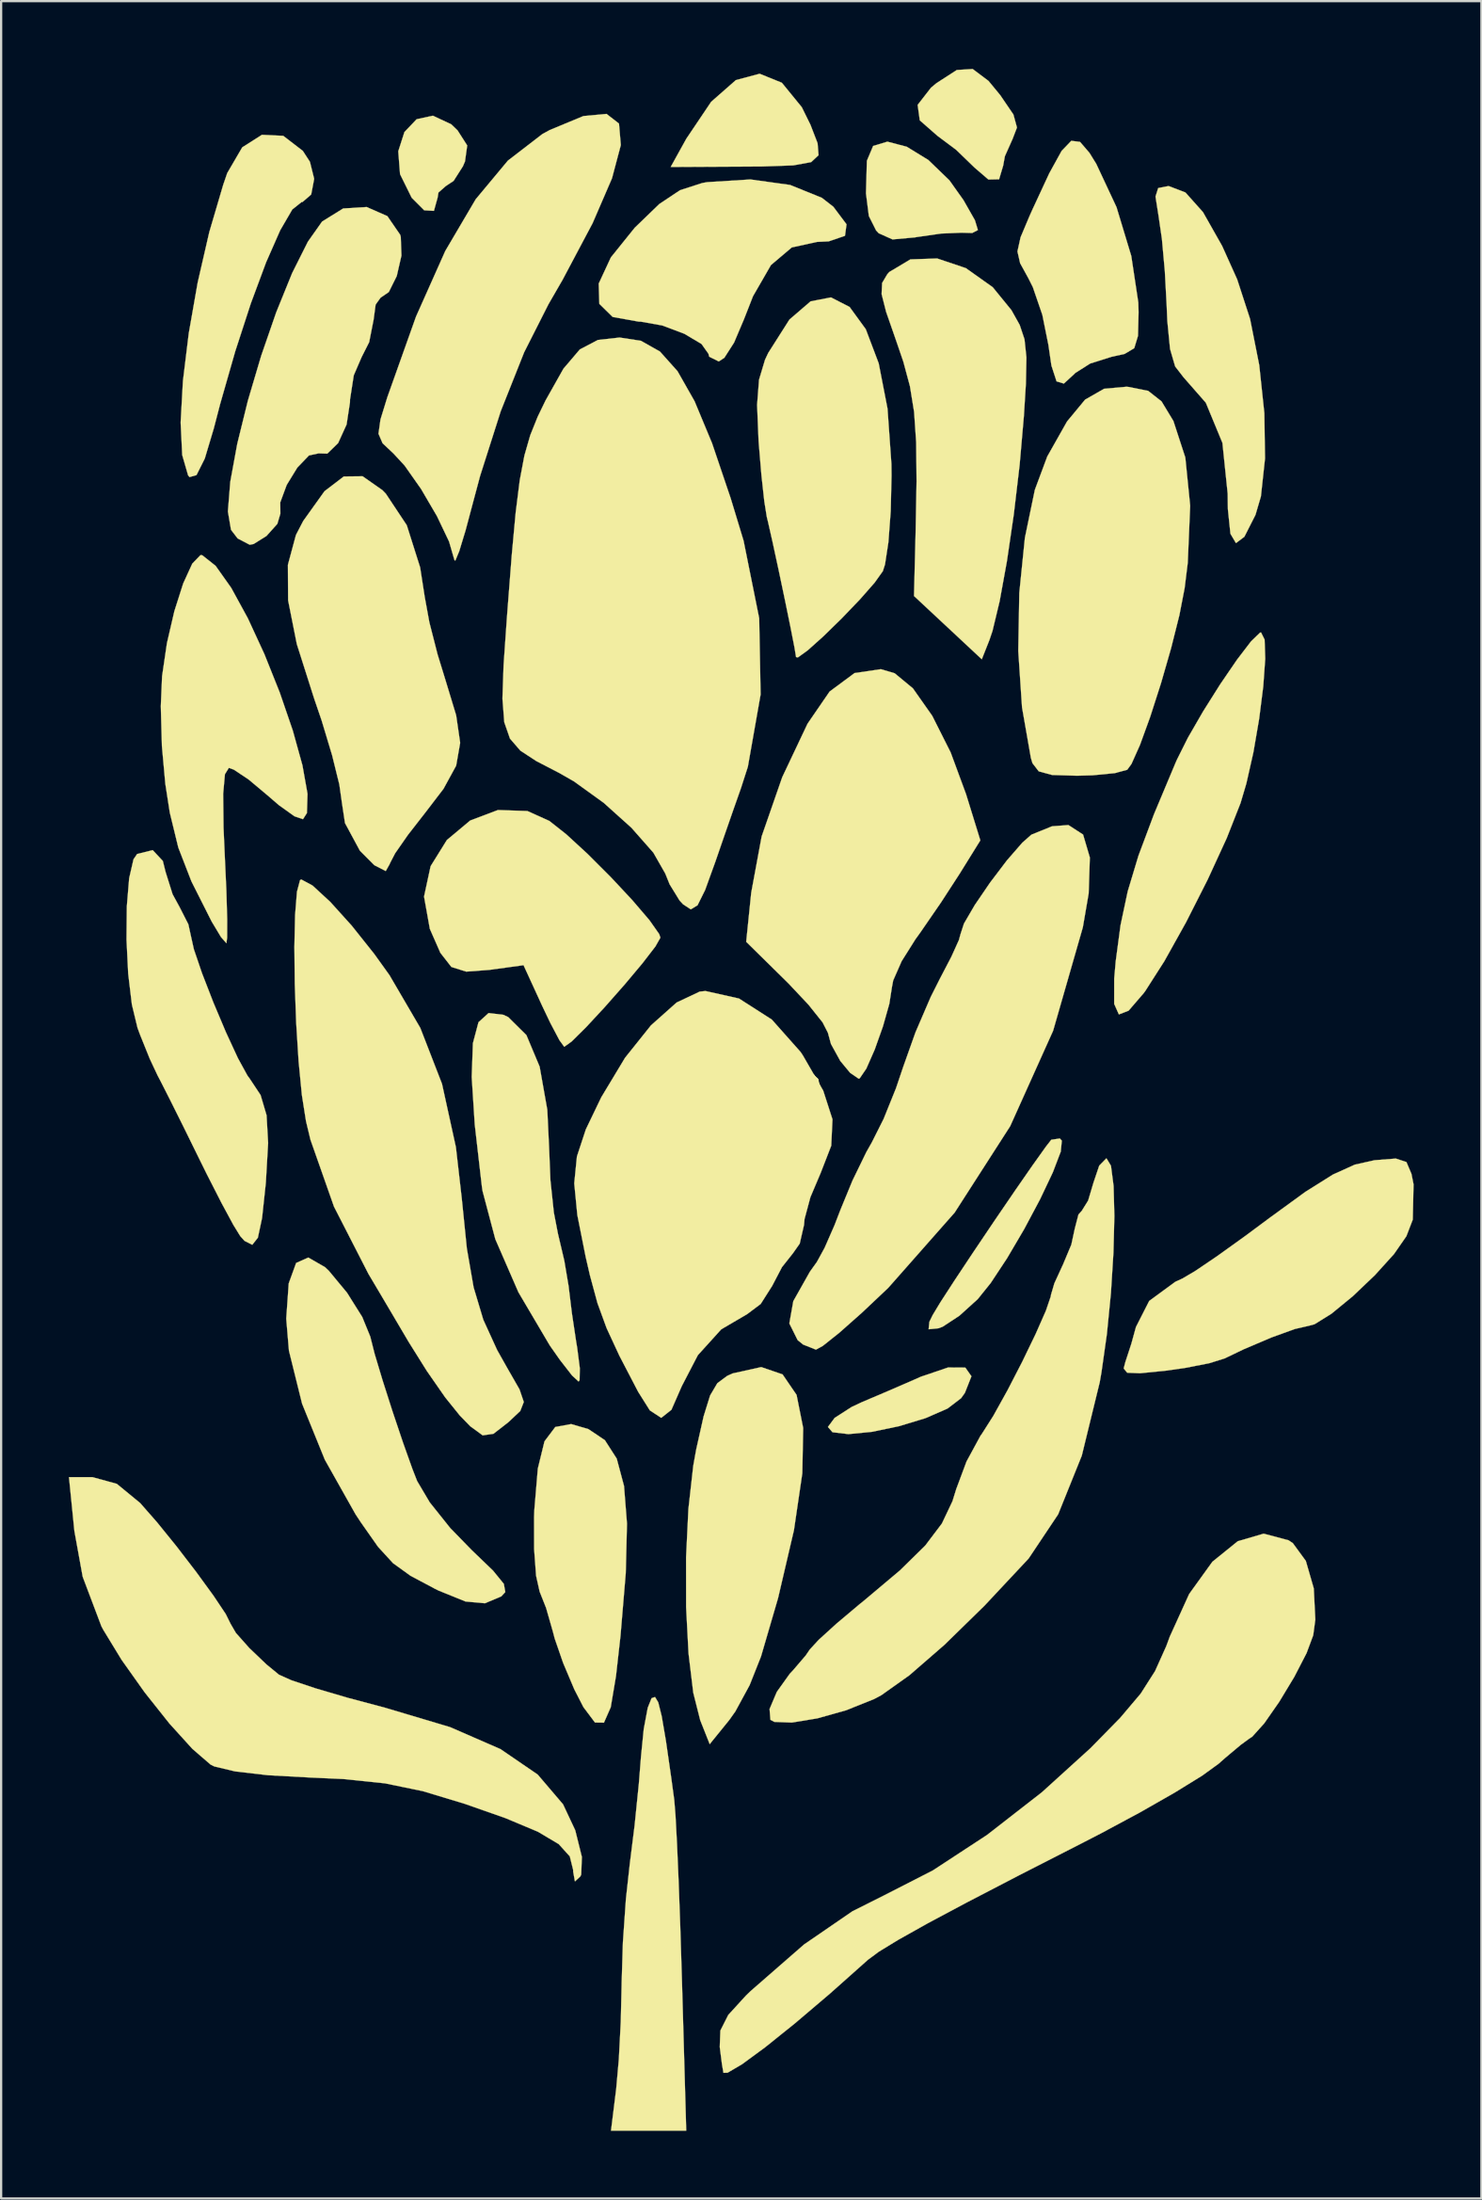
<source format=kicad_pcb>
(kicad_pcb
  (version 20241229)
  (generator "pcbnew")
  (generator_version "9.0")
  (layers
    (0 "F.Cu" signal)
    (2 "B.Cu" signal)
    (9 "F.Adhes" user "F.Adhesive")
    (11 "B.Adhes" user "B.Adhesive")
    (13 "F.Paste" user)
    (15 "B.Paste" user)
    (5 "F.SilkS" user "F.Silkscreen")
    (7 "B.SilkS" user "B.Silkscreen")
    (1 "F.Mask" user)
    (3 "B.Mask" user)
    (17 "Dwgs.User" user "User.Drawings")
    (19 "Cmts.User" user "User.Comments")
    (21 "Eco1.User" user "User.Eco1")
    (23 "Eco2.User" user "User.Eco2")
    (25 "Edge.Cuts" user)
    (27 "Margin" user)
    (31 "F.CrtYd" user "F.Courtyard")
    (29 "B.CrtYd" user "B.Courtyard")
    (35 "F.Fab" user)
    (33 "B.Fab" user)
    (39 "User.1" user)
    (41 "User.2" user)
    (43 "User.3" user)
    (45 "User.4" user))
  (footprint "LOGO"
    (layer "F.Cu")
    (at 30.441 45.406)
    (property "Reference" "LOGO" (at 0 0 0) (layer "F.SilkS") (effects (font (size 1.524 1.524) (thickness 0.3))))
    (attr through_hole)
    (fp_poly (pts (xy 1.135 -44.793) (xy 2.018 -43.711) (xy 2.401 -42.934) (xy 2.717 -42.117) (xy 2.76 -41.586) (xy 2.433 -41.28) (xy 1.637 -41.135) (xy 0.275 -41.087) (xy -0.484 -41.082) (xy -3.788 -41.065) (xy -3.095 -42.316) (xy -1.996 -43.949) (xy -0.903 -44.909) (xy 0.151 -45.191) (xy 1.135 -44.793)) (stroke (width 0.01) (type solid)) (fill yes) (layer "F.SilkS"))
    (fp_poly (pts (xy -13.505 -42.952) (xy -13.228 -42.685) (xy -12.8 -42.017) (xy -12.898 -41.31) (xy -12.989 -41.097) (xy -13.402 -40.449) (xy -13.751 -40.217) (xy -14.074 -39.933) (xy -14.111 -39.708) (xy -14.274 -39.122) (xy -14.704 -39.147) (xy -15.258 -39.702) (xy -15.774 -40.747) (xy -15.853 -41.759) (xy -15.58 -42.611) (xy -15.04 -43.178) (xy -14.32 -43.334) (xy -13.505 -42.952)) (stroke (width 0.01) (type solid)) (fill yes) (layer "F.SilkS"))
    (fp_poly (pts (xy 9.261 12.084) (xy 9.531 12.468) (xy 9.242 13.201) (xy 9.073 13.438) (xy 8.473 13.896) (xy 7.496 14.322) (xy 6.321 14.678) (xy 5.124 14.927) (xy 4.084 15.028) (xy 3.379 14.945) (xy 3.175 14.712) (xy 3.473 14.31) (xy 4.226 13.826) (xy 4.674 13.616) (xy 5.885 13.101) (xy 7.038 12.6) (xy 7.285 12.49) (xy 8.492 12.08) (xy 9.261 12.084)) (stroke (width 0.01) (type solid)) (fill yes) (layer "F.SilkS"))
    (fp_poly (pts (xy 10.287 -44.874) (xy 10.807 -44.243) (xy 11.39 -43.387) (xy 11.547 -42.811) (xy 11.354 -42.307) (xy 11.012 -41.54) (xy 10.936 -41.124) (xy 10.756 -40.52) (xy 10.283 -40.509) (xy 9.668 -41.037) (xy 8.854 -41.824) (xy 8.026 -42.443) (xy 7.244 -43.128) (xy 7.149 -43.813) (xy 7.741 -44.575) (xy 7.985 -44.777) (xy 8.883 -45.357) (xy 9.586 -45.401) (xy 10.287 -44.874)) (stroke (width 0.01) (type solid)) (fill yes) (layer "F.SilkS"))
    (fp_poly (pts (xy 6.665 -41.961) (xy 7.623 -41.373) (xy 8.556 -40.473) (xy 9.18 -39.595) (xy 9.685 -38.707) (xy 9.817 -38.273) (xy 9.566 -38.142) (xy 9.084 -38.155) (xy 8.188 -38.117) (xy 7.098 -37.961) (xy 7.033 -37.948) (xy 6.036 -37.858) (xy 5.425 -38.131) (xy 5.309 -38.255) (xy 4.988 -38.894) (xy 4.861 -39.896) (xy 4.901 -41.339) (xy 5.178 -41.995) (xy 5.808 -42.185) (xy 6.665 -41.961)) (stroke (width 0.01) (type solid)) (fill yes) (layer "F.SilkS"))
    (fp_poly (pts (xy 13.534 2.039) (xy 13.487 2.521) (xy 13.137 3.438) (xy 12.57 4.634) (xy 11.866 5.955) (xy 11.109 7.242) (xy 10.383 8.341) (xy 9.81 9.053) (xy 8.996 9.789) (xy 8.258 10.273) (xy 8.081 10.341) (xy 7.635 10.387) (xy 7.669 10.055) (xy 7.816 9.755) (xy 8.149 9.203) (xy 8.78 8.23) (xy 9.607 6.985) (xy 10.527 5.619) (xy 11.438 4.284) (xy 12.24 3.128) (xy 12.829 2.303) (xy 13.066 1.998) (xy 13.446 1.941) (xy 13.534 2.039)) (stroke (width 0.01) (type solid)) (fill yes) (layer "F.SilkS"))
    (fp_poly (pts (xy 1.167 12.385) (xy 1.787 13.292) (xy 2.079 14.758) (xy 2.041 16.762) (xy 1.67 19.281) (xy 0.966 22.291) (xy 0.212 24.871) (xy -0.292 26.14) (xy -0.926 27.307) (xy -1.201 27.693) (xy -2.06 28.751) (xy -2.48 27.693) (xy -2.788 26.474) (xy -2.997 24.742) (xy -3.105 22.685) (xy -3.107 20.489) (xy -3.003 18.34) (xy -2.788 16.426) (xy -2.657 15.702) (xy -2.329 14.24) (xy -2.042 13.317) (xy -1.722 12.774) (xy -1.292 12.454) (xy -1.047 12.342) (xy 0.222 12.061) (xy 1.167 12.385)) (stroke (width 0.01) (type solid)) (fill yes) (layer "F.SilkS"))
    (fp_poly (pts (xy -7.434 14.806) (xy -6.703 15.296) (xy -6.178 16.113) (xy -5.855 17.324) (xy -5.724 18.991) (xy -5.778 21.18) (xy -6.011 23.955) (xy -6.211 25.738) (xy -6.443 27.117) (xy -6.744 27.801) (xy -7.14 27.796) (xy -7.654 27.112) (xy -8.059 26.321) (xy -8.551 25.158) (xy -8.925 24.076) (xy -9.007 23.763) (xy -9.304 22.727) (xy -9.592 21.999) (xy -9.749 21.297) (xy -9.836 20.121) (xy -9.838 18.699) (xy -9.827 18.393) (xy -9.672 16.553) (xy -9.377 15.348) (xy -8.899 14.713) (xy -8.196 14.584) (xy -7.434 14.806)) (stroke (width 0.01) (type solid)) (fill yes) (layer "F.SilkS"))
    (fp_poly (pts (xy -20.947 -42.443) (xy -20.08 -41.777) (xy -19.765 -41.292) (xy -19.578 -40.539) (xy -19.709 -39.847) (xy -20.095 -39.513) (xy -20.137 -39.511) (xy -20.546 -39.184) (xy -21.081 -38.264) (xy -21.705 -36.848) (xy -22.381 -35.03) (xy -23.073 -32.905) (xy -23.743 -30.567) (xy -24.024 -29.487) (xy -24.422 -28.158) (xy -24.789 -27.425) (xy -25.099 -27.337) (xy -25.16 -27.413) (xy -25.421 -28.313) (xy -25.491 -29.752) (xy -25.389 -31.593) (xy -25.131 -33.703) (xy -24.737 -35.944) (xy -24.222 -38.182) (xy -23.604 -40.28) (xy -23.426 -40.797) (xy -22.762 -41.934) (xy -21.889 -42.489) (xy -20.947 -42.443)) (stroke (width 0.01) (type solid)) (fill yes) (layer "F.SilkS"))
    (fp_poly (pts (xy -4.339 26.902) (xy -4.186 27.517) (xy -4 28.604) (xy -3.762 30.257) (xy -3.631 31.221) (xy -3.576 31.9) (xy -3.509 33.154) (xy -3.436 34.851) (xy -3.363 36.859) (xy -3.295 39.049) (xy -3.294 39.07) (xy -3.1 45.861) (xy -6.431 45.861) (xy -6.201 44.009) (xy -6.085 42.709) (xy -5.999 41.053) (xy -5.96 39.392) (xy -5.96 39.335) (xy -5.905 37.543) (xy -5.771 35.612) (xy -5.598 34.043) (xy -5.385 32.342) (xy -5.198 30.505) (xy -5.103 29.308) (xy -4.981 28.084) (xy -4.804 27.141) (xy -4.634 26.718) (xy -4.482 26.666) (xy -4.339 26.902)) (stroke (width 0.01) (type solid)) (fill yes) (layer "F.SilkS"))
    (fp_poly (pts (xy 14.341 -42.175) (xy 14.759 -41.688) (xy 15.059 -41.202) (xy 15.956 -39.286) (xy 16.61 -37.125) (xy 16.921 -35.066) (xy 16.933 -34.633) (xy 16.907 -33.59) (xy 16.742 -33.044) (xy 16.314 -32.789) (xy 15.734 -32.662) (xy 14.786 -32.362) (xy 14.125 -31.942) (xy 14.103 -31.917) (xy 13.625 -31.476) (xy 13.301 -31.574) (xy 13.074 -32.272) (xy 12.938 -33.2) (xy 12.672 -34.518) (xy 12.251 -35.745) (xy 12.051 -36.143) (xy 11.688 -36.804) (xy 11.569 -37.325) (xy 11.707 -37.951) (xy 12.118 -38.926) (xy 12.238 -39.191) (xy 12.978 -40.784) (xy 13.525 -41.776) (xy 13.954 -42.223) (xy 14.341 -42.175)) (stroke (width 0.01) (type solid)) (fill yes) (layer "F.SilkS"))
    (fp_poly (pts (xy 19.009 -39.935) (xy 19.786 -39.065) (xy 20.634 -37.568) (xy 21.3 -36.089) (xy 21.871 -34.335) (xy 22.277 -32.293) (xy 22.503 -30.166) (xy 22.533 -28.161) (xy 22.351 -26.482) (xy 22.111 -25.665) (xy 21.618 -24.694) (xy 21.246 -24.415) (xy 21.002 -24.827) (xy 20.888 -25.925) (xy 20.88 -26.602) (xy 20.647 -28.851) (xy 19.912 -30.628) (xy 18.921 -31.759) (xy 18.553 -32.235) (xy 18.328 -33.008) (xy 18.207 -34.247) (xy 18.177 -34.944) (xy 18.096 -36.454) (xy 17.967 -37.877) (xy 17.819 -38.894) (xy 17.683 -39.755) (xy 17.802 -40.131) (xy 18.242 -40.217) (xy 18.274 -40.217) (xy 19.009 -39.935)) (stroke (width 0.01) (type solid)) (fill yes) (layer "F.SilkS"))
    (fp_poly (pts (xy -11.199 -3.533) (xy -10.985 -3.433) (xy -10.178 -2.634) (xy -9.592 -1.238) (xy -9.253 0.671) (xy -9.176 2.293) (xy -9.115 3.79) (xy -8.963 5.219) (xy -8.783 6.15) (xy -8.499 7.356) (xy -8.307 8.492) (xy -8.293 8.619) (xy -8.162 9.689) (xy -7.972 10.953) (xy -7.93 11.201) (xy -7.813 12.109) (xy -7.823 12.642) (xy -7.867 12.7) (xy -8.157 12.432) (xy -8.693 11.743) (xy -9.141 11.105) (xy -10.531 8.749) (xy -11.554 6.399) (xy -12.121 4.261) (xy -12.151 4.057) (xy -12.466 1.316) (xy -12.6 -0.782) (xy -12.547 -2.275) (xy -12.3 -3.205) (xy -11.853 -3.611) (xy -11.199 -3.533)) (stroke (width 0.01) (type solid)) (fill yes) (layer "F.SilkS"))
    (fp_poly (pts (xy -10.134 -12.554) (xy -9.163 -12.116) (xy -8.414 -11.525) (xy -7.464 -10.651) (xy -6.446 -9.634) (xy -5.491 -8.612) (xy -4.73 -7.723) (xy -4.297 -7.107) (xy -4.243 -6.949) (xy -4.466 -6.557) (xy -5.039 -5.814) (xy -5.83 -4.871) (xy -6.705 -3.879) (xy -7.531 -2.989) (xy -8.176 -2.351) (xy -8.502 -2.117) (xy -8.715 -2.409) (xy -9.114 -3.164) (xy -9.476 -3.923) (xy -10.305 -5.73) (xy -11.821 -5.522) (xy -12.843 -5.445) (xy -13.5 -5.651) (xy -13.987 -6.275) (xy -14.455 -7.339) (xy -14.711 -8.767) (xy -14.42 -10.113) (xy -13.7 -11.271) (xy -12.667 -12.134) (xy -11.439 -12.598) (xy -10.134 -12.554)) (stroke (width 0.01) (type solid)) (fill yes) (layer "F.SilkS"))
    (fp_poly (pts (xy -6.078 -42.986) (xy -5.997 -42.035) (xy -6.387 -40.565) (xy -7.247 -38.575) (xy -8.578 -36.067) (xy -9.203 -34.985) (xy -10.279 -32.859) (xy -11.315 -30.253) (xy -12.229 -27.388) (xy -12.525 -26.282) (xy -12.872 -24.98) (xy -13.152 -24.059) (xy -13.327 -23.636) (xy -13.367 -23.672) (xy -13.603 -24.484) (xy -14.14 -25.61) (xy -14.843 -26.811) (xy -15.572 -27.847) (xy -16.067 -28.382) (xy -16.547 -28.834) (xy -16.729 -29.255) (xy -16.641 -29.885) (xy -16.338 -30.869) (xy -15.067 -34.44) (xy -13.77 -37.348) (xy -12.423 -39.636) (xy -10.998 -41.346) (xy -9.471 -42.522) (xy -9.145 -42.7) (xy -7.652 -43.319) (xy -6.63 -43.414) (xy -6.078 -42.986)) (stroke (width 0.01) (type solid)) (fill yes) (layer "F.SilkS"))
    (fp_poly (pts (xy 1.502 -40.268) (xy 2.907 -39.699) (xy 3.415 -39.304) (xy 3.999 -38.527) (xy 3.931 -38.018) (xy 3.209 -37.772) (xy 2.687 -37.747) (xy 1.575 -37.503) (xy 0.653 -36.724) (xy -0.143 -35.344) (xy -0.549 -34.308) (xy -0.981 -33.291) (xy -1.412 -32.618) (xy -1.657 -32.456) (xy -2.08 -32.665) (xy -2.117 -32.799) (xy -2.423 -33.229) (xy -3.184 -33.681) (xy -4.159 -34.048) (xy -5.109 -34.217) (xy -5.204 -34.219) (xy -6.357 -34.425) (xy -6.948 -35.005) (xy -6.975 -35.903) (xy -6.436 -37.063) (xy -5.38 -38.375) (xy -4.29 -39.427) (xy -3.37 -40.038) (xy -2.393 -40.353) (xy -2.176 -40.392) (xy -0.258 -40.512) (xy 1.502 -40.268)) (stroke (width 0.01) (type solid)) (fill yes) (layer "F.SilkS"))
    (fp_poly (pts (xy 9.285 -36.586) (xy 10.474 -35.742) (xy 11.303 -34.726) (xy 11.668 -34.072) (xy 11.881 -33.437) (xy 11.966 -32.633) (xy 11.943 -31.475) (xy 11.854 -30.043) (xy 11.666 -27.885) (xy 11.407 -25.687) (xy 11.103 -23.617) (xy 10.78 -21.842) (xy 10.464 -20.528) (xy 10.33 -20.131) (xy 9.99 -19.272) (xy 8.489 -20.672) (xy 6.988 -22.072) (xy 7.059 -24.883) (xy 7.101 -27.149) (xy 7.084 -28.874) (xy 6.992 -30.223) (xy 6.808 -31.358) (xy 6.516 -32.444) (xy 6.193 -33.388) (xy 5.753 -34.651) (xy 5.553 -35.438) (xy 5.576 -35.931) (xy 5.802 -36.312) (xy 5.891 -36.414) (xy 6.828 -36.974) (xy 8.014 -37.014) (xy 9.285 -36.586)) (stroke (width 0.01) (type solid)) (fill yes) (layer "F.SilkS"))
    (fp_poly (pts (xy 22.515 -20.143) (xy 22.542 -19.294) (xy 22.455 -18.074) (xy 22.274 -16.641) (xy 22.018 -15.153) (xy 21.705 -13.769) (xy 21.45 -12.909) (xy 20.839 -11.359) (xy 19.994 -9.521) (xy 19.034 -7.627) (xy 18.075 -5.908) (xy 17.235 -4.595) (xy 17.165 -4.498) (xy 16.492 -3.717) (xy 16.061 -3.55) (xy 15.853 -4.016) (xy 15.854 -5.135) (xy 15.922 -5.909) (xy 16.135 -7.503) (xy 16.453 -8.999) (xy 16.928 -10.576) (xy 17.616 -12.413) (xy 18.571 -14.688) (xy 18.627 -14.817) (xy 19.115 -15.793) (xy 19.79 -16.962) (xy 20.55 -18.167) (xy 21.293 -19.254) (xy 21.915 -20.066) (xy 22.313 -20.45) (xy 22.356 -20.461) (xy 22.515 -20.143)) (stroke (width 0.01) (type solid)) (fill yes) (layer "F.SilkS"))
    (fp_poly (pts (xy 16.48 -31.329) (xy 17.356 -31.155) (xy 17.949 -30.689) (xy 18.475 -29.821) (xy 19.003 -28.203) (xy 19.218 -26.07) (xy 19.111 -23.542) (xy 18.973 -22.425) (xy 18.741 -21.227) (xy 18.374 -19.766) (xy 17.926 -18.211) (xy 17.449 -16.727) (xy 16.996 -15.481) (xy 16.619 -14.639) (xy 16.431 -14.381) (xy 15.882 -14.232) (xy 14.894 -14.136) (xy 14.206 -14.117) (xy 13.104 -14.15) (xy 12.512 -14.311) (xy 12.234 -14.672) (xy 12.164 -14.905) (xy 11.772 -17.142) (xy 11.605 -19.641) (xy 11.651 -22.208) (xy 11.899 -24.65) (xy 12.34 -26.774) (xy 12.889 -28.247) (xy 13.765 -29.798) (xy 14.566 -30.766) (xy 15.406 -31.246) (xy 16.397 -31.336) (xy 16.48 -31.329)) (stroke (width 0.01) (type solid)) (fill yes) (layer "F.SilkS"))
    (fp_poly (pts (xy -16.557 -26.76) (xy -16.403 -26.601) (xy -15.476 -25.205) (xy -14.884 -23.336) (xy -14.682 -22.034) (xy -14.477 -20.911) (xy -14.113 -19.488) (xy -13.787 -18.429) (xy -13.289 -16.79) (xy -13.112 -15.574) (xy -13.289 -14.563) (xy -13.85 -13.537) (xy -14.64 -12.505) (xy -15.425 -11.497) (xy -15.992 -10.683) (xy -16.227 -10.23) (xy -16.228 -10.217) (xy -16.407 -9.897) (xy -16.914 -10.157) (xy -17.551 -10.796) (xy -18.212 -12.021) (xy -18.344 -12.892) (xy -18.463 -13.73) (xy -18.781 -15.019) (xy -19.244 -16.555) (xy -19.579 -17.536) (xy -20.346 -19.946) (xy -20.731 -21.88) (xy -20.741 -23.452) (xy -20.384 -24.776) (xy -20.062 -25.394) (xy -19.119 -26.712) (xy -18.265 -27.364) (xy -17.433 -27.373) (xy -16.557 -26.76)) (stroke (width 0.01) (type solid)) (fill yes) (layer "F.SilkS"))
    (fp_poly (pts (xy -19.092 7.641) (xy -18.923 7.804) (xy -18.121 8.771) (xy -17.449 9.841) (xy -17.088 10.724) (xy -17.081 10.76) (xy -16.9 11.475) (xy -16.552 12.635) (xy -16.109 14.019) (xy -15.642 15.407) (xy -15.224 16.579) (xy -15.018 17.105) (xy -14.458 18.051) (xy -13.555 19.182) (xy -12.606 20.157) (xy -11.653 21.074) (xy -11.178 21.658) (xy -11.113 22.02) (xy -11.289 22.211) (xy -12.015 22.516) (xy -12.874 22.438) (xy -14.068 21.954) (xy -14.236 21.871) (xy -15.315 21.296) (xy -16.084 20.742) (xy -16.749 20.016) (xy -17.516 18.924) (xy -17.745 18.576) (xy -19.105 16.161) (xy -20.112 13.682) (xy -20.695 11.332) (xy -20.814 9.917) (xy -20.704 8.356) (xy -20.376 7.452) (xy -19.837 7.212) (xy -19.092 7.641)) (stroke (width 0.01) (type solid)) (fill yes) (layer "F.SilkS"))
    (fp_poly (pts (xy 4.135 -34.868) (xy 4.852 -33.883) (xy 5.424 -32.372) (xy 5.814 -30.37) (xy 5.987 -27.915) (xy 5.992 -27.405) (xy 5.956 -25.829) (xy 5.853 -24.451) (xy 5.703 -23.47) (xy 5.607 -23.172) (xy 5.24 -22.659) (xy 4.589 -21.919) (xy 3.788 -21.084) (xy 2.974 -20.289) (xy 2.281 -19.668) (xy 1.845 -19.354) (xy 1.764 -19.37) (xy 1.695 -19.79) (xy 1.516 -20.704) (xy 1.268 -21.914) (xy 0.992 -23.225) (xy 0.729 -24.441) (xy 0.52 -25.365) (xy 0.468 -25.576) (xy 0.358 -26.264) (xy 0.231 -27.419) (xy 0.115 -28.804) (xy 0.104 -28.953) (xy 0.039 -30.532) (xy 0.125 -31.647) (xy 0.389 -32.528) (xy 0.532 -32.833) (xy 1.471 -34.31) (xy 2.409 -35.117) (xy 3.309 -35.291) (xy 4.135 -34.868)) (stroke (width 0.01) (type solid)) (fill yes) (layer "F.SilkS"))
    (fp_poly (pts (xy 6.13 -18.653) (xy 6.939 -17.985) (xy 7.795 -16.769) (xy 8.611 -15.148) (xy 9.293 -13.3) (xy 9.925 -11.255) (xy 9.004 -9.772) (xy 8.182 -8.506) (xy 7.276 -7.19) (xy 7.052 -6.879) (xy 6.44 -5.907) (xy 6.065 -5.053) (xy 6.011 -4.763) (xy 5.894 -4.018) (xy 5.612 -3.02) (xy 5.246 -1.991) (xy 4.876 -1.151) (xy 4.584 -0.723) (xy 4.536 -0.706) (xy 4.161 -0.963) (xy 3.724 -1.49) (xy 3.31 -2.242) (xy 3.175 -2.738) (xy 2.938 -3.2) (xy 2.315 -3.98) (xy 1.436 -4.914) (xy 1.366 -4.984) (xy -0.444 -6.765) (xy -0.221 -8.94) (xy 0.24 -11.427) (xy 1.152 -14.052) (xy 2.273 -16.42) (xy 3.251 -17.844) (xy 4.355 -18.661) (xy 5.519 -18.833) (xy 6.13 -18.653)) (stroke (width 0.01) (type solid)) (fill yes) (layer "F.SilkS"))
    (fp_poly (pts (xy 28.796 2.985) (xy 29.018 3.507) (xy 29.111 3.971) (xy 29.076 5.532) (xy 28.794 6.267) (xy 28.247 7.055) (xy 27.4 7.991) (xy 26.421 8.923) (xy 25.476 9.698) (xy 24.731 10.162) (xy 24.48 10.231) (xy 23.853 10.375) (xy 22.817 10.75) (xy 21.595 11.27) (xy 20.738 11.68) (xy 20.062 11.89) (xy 18.967 12.103) (xy 18.121 12.222) (xy 16.997 12.334) (xy 16.429 12.311) (xy 16.274 12.121) (xy 16.347 11.841) (xy 16.615 11.02) (xy 16.817 10.286) (xy 17.403 9.134) (xy 18.557 8.287) (xy 18.874 8.141) (xy 19.434 7.812) (xy 20.406 7.154) (xy 21.642 6.268) (xy 22.735 5.457) (xy 24.327 4.299) (xy 25.539 3.539) (xy 26.509 3.1) (xy 27.379 2.905) (xy 27.385 2.904) (xy 28.327 2.83) (xy 28.796 2.985)) (stroke (width 0.01) (type solid)) (fill yes) (layer "F.SilkS"))
    (fp_poly (pts (xy -0.763 -4.254) (xy 0.69 -3.323) (xy 1.964 -1.889) (xy 2.065 -1.737) (xy 2.967 -0.176) (xy 3.377 1.095) (xy 3.322 2.261) (xy 2.856 3.462) (xy 2.399 4.54) (xy 2.139 5.509) (xy 2.117 5.764) (xy 1.926 6.596) (xy 1.625 7.024) (xy 1.141 7.635) (xy 0.706 8.467) (xy 0.198 9.267) (xy -0.402 9.717) (xy -1.549 10.389) (xy -2.584 11.532) (xy -3.295 12.9) (xy -3.755 13.951) (xy -4.207 14.308) (xy -4.71 13.979) (xy -5.227 13.158) (xy -6.057 11.565) (xy -6.626 10.337) (xy -7.03 9.231) (xy -7.364 8) (xy -7.553 7.181) (xy -7.922 5.332) (xy -8.059 3.928) (xy -7.941 2.739) (xy -7.546 1.539) (xy -6.862 0.117) (xy -5.808 -1.633) (xy -4.662 -3.066) (xy -3.526 -4.077) (xy -2.503 -4.56) (xy -2.246 -4.586) (xy -0.763 -4.254)) (stroke (width 0.01) (type solid)) (fill yes) (layer "F.SilkS"))
    (fp_poly (pts (xy -24.535 -23.878) (xy -23.942 -23.408) (xy -23.252 -22.435) (xy -22.516 -21.089) (xy -21.782 -19.5) (xy -21.101 -17.798) (xy -20.523 -16.113) (xy -20.097 -14.576) (xy -19.872 -13.316) (xy -19.899 -12.465) (xy -20.073 -12.193) (xy -20.451 -12.322) (xy -21.147 -12.82) (xy -21.646 -13.251) (xy -22.478 -13.948) (xy -23.137 -14.387) (xy -23.356 -14.464) (xy -23.53 -14.184) (xy -23.608 -13.318) (xy -23.592 -11.82) (xy -23.537 -10.583) (xy -23.466 -9.025) (xy -23.43 -7.766) (xy -23.432 -6.947) (xy -23.465 -6.703) (xy -23.705 -6.977) (xy -24.104 -7.641) (xy -24.122 -7.673) (xy -25.012 -9.437) (xy -25.594 -10.937) (xy -25.971 -12.484) (xy -26.169 -13.758) (xy -26.321 -15.435) (xy -26.369 -17.194) (xy -26.313 -18.521) (xy -26.099 -19.978) (xy -25.77 -21.398) (xy -25.379 -22.625) (xy -24.976 -23.505) (xy -24.614 -23.881) (xy -24.535 -23.878)) (stroke (width 0.01) (type solid)) (fill yes) (layer "F.SilkS"))
    (fp_poly (pts (xy -16.336 -38.889) (xy -15.768 -38.063) (xy -15.742 -37.97) (xy -15.713 -37.141) (xy -15.92 -36.237) (xy -16.272 -35.528) (xy -16.637 -35.278) (xy -16.856 -34.973) (xy -16.945 -34.308) (xy -17.142 -33.309) (xy -17.474 -32.653) (xy -17.824 -31.842) (xy -17.99 -30.772) (xy -17.992 -30.649) (xy -18.142 -29.664) (xy -18.516 -28.843) (xy -18.996 -28.375) (xy -19.384 -28.387) (xy -19.807 -28.295) (xy -20.324 -27.756) (xy -20.794 -26.99) (xy -21.08 -26.216) (xy -21.074 -25.719) (xy -21.208 -25.266) (xy -21.691 -24.729) (xy -22.26 -24.374) (xy -22.432 -24.342) (xy -22.966 -24.62) (xy -23.26 -25.003) (xy -23.398 -25.814) (xy -23.292 -27.13) (xy -22.983 -28.811) (xy -22.514 -30.715) (xy -21.925 -32.702) (xy -21.257 -34.632) (xy -20.554 -36.364) (xy -19.855 -37.758) (xy -19.226 -38.649) (xy -18.293 -39.227) (xy -17.254 -39.292) (xy -16.336 -38.889)) (stroke (width 0.01) (type solid)) (fill yes) (layer "F.SilkS"))
    (fp_poly (pts (xy 14.475 -11.513) (xy 14.775 -10.497) (xy 14.723 -8.906) (xy 14.465 -7.408) (xy 13.149 -2.83) (xy 11.248 1.395) (xy 8.787 5.223) (xy 5.845 8.555) (xy 4.679 9.656) (xy 3.675 10.545) (xy 2.951 11.121) (xy 2.645 11.289) (xy 2.076 11.063) (xy 1.834 10.866) (xy 1.467 10.129) (xy 1.642 9.143) (xy 2.376 7.841) (xy 2.686 7.408) (xy 3.029 6.782) (xy 3.472 5.769) (xy 3.724 5.115) (xy 4.262 3.807) (xy 4.874 2.549) (xy 5.118 2.117) (xy 5.64 1.08) (xy 6.19 -0.282) (xy 6.512 -1.235) (xy 7.052 -2.754) (xy 7.729 -4.327) (xy 8.126 -5.115) (xy 8.645 -6.11) (xy 8.976 -6.842) (xy 9.046 -7.099) (xy 9.2 -7.572) (xy 9.682 -8.397) (xy 10.361 -9.392) (xy 11.105 -10.372) (xy 11.786 -11.154) (xy 12.185 -11.507) (xy 13.1 -11.878) (xy 13.826 -11.933) (xy 14.475 -11.513)) (stroke (width 0.01) (type solid)) (fill yes) (layer "F.SilkS"))
    (fp_poly (pts (xy -26.28 -10.344) (xy -26.159 -9.86) (xy -25.848 -8.87) (xy -25.542 -8.31) (xy -25.15 -7.541) (xy -25.046 -7.065) (xy -24.906 -6.436) (xy -24.544 -5.373) (xy -24.042 -4.08) (xy -23.484 -2.759) (xy -22.954 -1.613) (xy -22.533 -0.845) (xy -22.437 -0.714) (xy -21.95 0.02) (xy -21.686 0.913) (xy -21.617 2.14) (xy -21.717 3.876) (xy -21.724 3.956) (xy -21.885 5.461) (xy -22.071 6.334) (xy -22.318 6.648) (xy -22.661 6.474) (xy -22.852 6.262) (xy -23.158 5.764) (xy -23.68 4.797) (xy -24.328 3.528) (xy -24.677 2.822) (xy -25.36 1.432) (xy -25.962 0.225) (xy -26.39 -0.618) (xy -26.508 -0.84) (xy -26.86 -1.59) (xy -27.284 -2.641) (xy -27.401 -2.957) (xy -27.651 -3.994) (xy -27.814 -5.358) (xy -27.888 -6.865) (xy -27.874 -8.333) (xy -27.771 -9.578) (xy -27.578 -10.418) (xy -27.418 -10.652) (xy -26.728 -10.823) (xy -26.28 -10.344)) (stroke (width 0.01) (type solid)) (fill yes) (layer "F.SilkS"))
    (fp_poly (pts (xy -19.649 -9.255) (xy -18.864 -8.531) (xy -17.914 -7.479) (xy -16.915 -6.225) (xy -16.245 -5.292) (xy -14.876 -2.95) (xy -13.916 -0.477) (xy -13.301 2.325) (xy -13.042 4.586) (xy -12.816 6.81) (xy -12.516 8.534) (xy -12.088 9.963) (xy -11.476 11.303) (xy -11.024 12.106) (xy -10.484 13.047) (xy -10.294 13.605) (xy -10.45 14.005) (xy -10.949 14.475) (xy -10.99 14.511) (xy -11.638 15.014) (xy -12.114 15.083) (xy -12.663 14.682) (xy -13.132 14.199) (xy -13.775 13.401) (xy -14.585 12.236) (xy -15.389 10.953) (xy -15.399 10.936) (xy -16.119 9.716) (xy -16.746 8.655) (xy -17.153 7.97) (xy -17.172 7.938) (xy -18.7 4.957) (xy -19.742 1.994) (xy -19.939 1.174) (xy -20.122 0.013) (xy -20.267 -1.481) (xy -20.373 -3.166) (xy -20.436 -4.901) (xy -20.453 -6.543) (xy -20.422 -7.95) (xy -20.339 -8.981) (xy -20.203 -9.494) (xy -20.15 -9.525) (xy -19.649 -9.255)) (stroke (width 0.01) (type solid)) (fill yes) (layer "F.SilkS"))
    (fp_poly (pts (xy -5.107 -33.37) (xy -4.265 -32.895) (xy -3.486 -32.025) (xy -2.73 -30.694) (xy -1.957 -28.838) (xy -1.129 -26.392) (xy -0.56 -24.518) (xy 0.131 -21.088) (xy 0.194 -17.715) (xy -0.371 -14.514) (xy -0.671 -13.582) (xy -0.989 -12.68) (xy -1.429 -11.415) (xy -1.807 -10.319) (xy -2.264 -9.057) (xy -2.6 -8.381) (xy -2.898 -8.201) (xy -3.242 -8.428) (xy -3.396 -8.595) (xy -3.834 -9.308) (xy -4.029 -9.79) (xy -4.555 -10.711) (xy -5.522 -11.809) (xy -6.754 -12.917) (xy -8.076 -13.869) (xy -8.741 -14.248) (xy -9.737 -14.764) (xy -10.445 -15.227) (xy -10.906 -15.761) (xy -11.158 -16.487) (xy -11.239 -17.528) (xy -11.189 -19.007) (xy -11.046 -21.048) (xy -11.016 -21.448) (xy -10.825 -23.9) (xy -10.652 -25.773) (xy -10.473 -27.195) (xy -10.266 -28.291) (xy -10.008 -29.188) (xy -9.677 -30.012) (xy -9.329 -30.73) (xy -8.537 -32.136) (xy -7.812 -32.988) (xy -7.012 -33.407) (xy -6.05 -33.514) (xy -5.107 -33.37)) (stroke (width 0.01) (type solid)) (fill yes) (layer "F.SilkS"))
    (fp_poly (pts (xy -28.317 17.23) (xy -27.283 18.08) (xy -26.54 18.927) (xy -25.675 19.994) (xy -24.802 21.13) (xy -24.037 22.18) (xy -23.493 22.994) (xy -23.283 23.418) (xy -23.283 23.419) (xy -23.044 23.83) (xy -22.451 24.497) (xy -21.692 25.222) (xy -21.137 25.678) (xy -20.588 25.924) (xy -19.51 26.284) (xy -18.058 26.71) (xy -16.426 27.144) (xy -13.556 28) (xy -11.326 28.972) (xy -9.679 30.098) (xy -8.555 31.416) (xy -8.015 32.566) (xy -7.722 33.744) (xy -7.751 34.526) (xy -7.793 34.612) (xy -8.029 34.828) (xy -8.107 34.396) (xy -8.108 34.316) (xy -8.256 33.721) (xy -8.747 33.177) (xy -9.67 32.629) (xy -11.114 32.024) (xy -12.916 31.392) (xy -14.766 30.833) (xy -16.445 30.487) (xy -18.278 30.297) (xy -19.756 30.23) (xy -21.62 30.128) (xy -23.077 29.959) (xy -24 29.739) (xy -24.165 29.657) (xy -24.97 28.962) (xy -25.99 27.837) (xy -27.082 26.463) (xy -28.106 25.02) (xy -28.919 23.687) (xy -29.001 23.532) (xy -29.829 21.341) (xy -30.197 19.315) (xy -30.436 16.933) (xy -29.398 16.933) (xy -28.317 17.23)) (stroke (width 0.01) (type solid)) (fill yes) (layer "F.SilkS"))
    (fp_poly (pts (xy 23.572 19.726) (xy 23.764 19.853) (xy 24.341 20.642) (xy 24.692 21.858) (xy 24.761 23.239) (xy 24.668 23.93) (xy 24.373 24.723) (xy 23.828 25.777) (xy 23.159 26.884) (xy 22.496 27.835) (xy 21.966 28.423) (xy 21.847 28.5) (xy 21.463 28.779) (xy 20.772 29.359) (xy 20.474 29.622) (xy 19.752 30.145) (xy 18.543 30.891) (xy 16.992 31.776) (xy 15.246 32.713) (xy 14.516 33.089) (xy 11.639 34.559) (xy 9.346 35.75) (xy 7.581 36.691) (xy 6.295 37.412) (xy 5.432 37.939) (xy 4.941 38.303) (xy 4.939 38.306) (xy 3.26 39.799) (xy 1.72 41.107) (xy 0.399 42.168) (xy -0.623 42.919) (xy -1.267 43.297) (xy -1.451 43.303) (xy -1.516 42.93) (xy -1.615 42.157) (xy -1.587 41.43) (xy -1.239 40.741) (xy -0.455 39.882) (xy -0.252 39.686) (xy 2.116 37.622) (xy 4.26 36.151) (xy 5.644 35.457) (xy 7.822 34.343) (xy 10.217 32.776) (xy 12.648 30.886) (xy 14.802 28.932) (xy 16.118 27.59) (xy 17.028 26.515) (xy 17.664 25.518) (xy 18.16 24.414) (xy 18.317 23.989) (xy 19.175 22.103) (xy 20.202 20.678) (xy 21.326 19.77) (xy 22.473 19.435) (xy 23.572 19.726)) (stroke (width 0.01) (type solid)) (fill yes) (layer "F.SilkS"))
    (fp_poly (pts (xy 15.711 3.15) (xy 15.826 4.043) (xy 15.861 5.369) (xy 15.82 6.991) (xy 15.709 8.777) (xy 15.53 10.592) (xy 15.288 12.302) (xy 15.212 12.734) (xy 14.418 15.983) (xy 13.372 18.578) (xy 12.07 20.526) (xy 12.017 20.585) (xy 10.109 22.623) (xy 8.337 24.354) (xy 6.787 25.7) (xy 5.544 26.583) (xy 5.226 26.753) (xy 3.993 27.249) (xy 2.709 27.61) (xy 1.577 27.797) (xy 0.803 27.767) (xy 0.63 27.677) (xy 0.591 27.198) (xy 0.913 26.437) (xy 1.486 25.636) (xy 1.635 25.478) (xy 2.191 24.828) (xy 2.373 24.562) (xy 2.767 24.134) (xy 3.558 23.415) (xy 4.587 22.549) (xy 4.763 22.408) (xy 6.366 21.06) (xy 7.484 19.963) (xy 8.223 18.986) (xy 8.691 17.999) (xy 8.858 17.462) (xy 9.313 16.242) (xy 9.926 15.112) (xy 10.009 14.993) (xy 10.503 14.215) (xy 11.123 13.099) (xy 11.779 11.829) (xy 12.378 10.589) (xy 12.831 9.561) (xy 13.046 8.929) (xy 13.053 8.867) (xy 13.203 8.355) (xy 13.567 7.562) (xy 13.58 7.537) (xy 13.956 6.639) (xy 14.109 5.93) (xy 14.271 5.308) (xy 14.418 5.143) (xy 14.699 4.692) (xy 14.939 3.888) (xy 15.191 3.143) (xy 15.505 2.822) (xy 15.513 2.822) (xy 15.711 3.15)) (stroke (width 0.01) (type solid)) (fill yes) (layer "F.SilkS")))
  (gr_rect
    (start -3 -3)
    (end 62.558 94.272)
    (stroke (width 0.1) (type default))
    (fill no)
    (layer "Edge.Cuts")))
</source>
